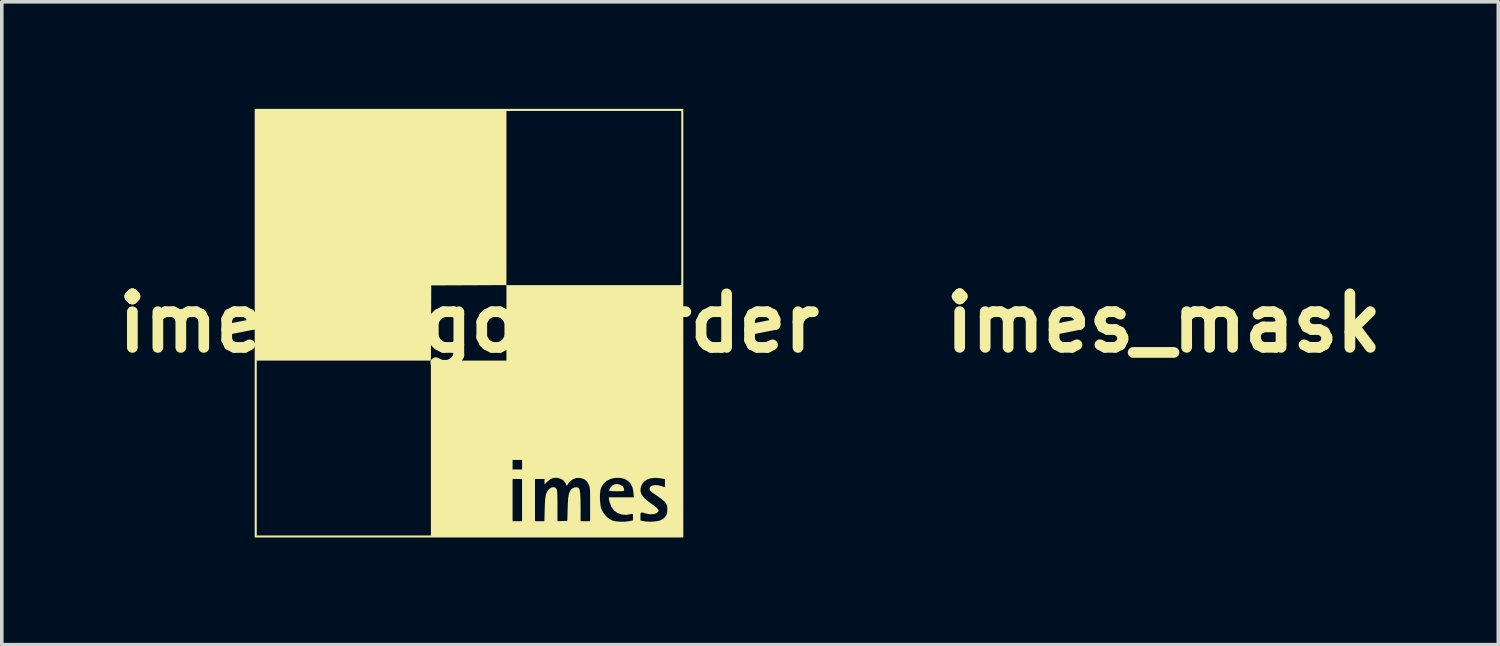
<source format=kicad_pcb>
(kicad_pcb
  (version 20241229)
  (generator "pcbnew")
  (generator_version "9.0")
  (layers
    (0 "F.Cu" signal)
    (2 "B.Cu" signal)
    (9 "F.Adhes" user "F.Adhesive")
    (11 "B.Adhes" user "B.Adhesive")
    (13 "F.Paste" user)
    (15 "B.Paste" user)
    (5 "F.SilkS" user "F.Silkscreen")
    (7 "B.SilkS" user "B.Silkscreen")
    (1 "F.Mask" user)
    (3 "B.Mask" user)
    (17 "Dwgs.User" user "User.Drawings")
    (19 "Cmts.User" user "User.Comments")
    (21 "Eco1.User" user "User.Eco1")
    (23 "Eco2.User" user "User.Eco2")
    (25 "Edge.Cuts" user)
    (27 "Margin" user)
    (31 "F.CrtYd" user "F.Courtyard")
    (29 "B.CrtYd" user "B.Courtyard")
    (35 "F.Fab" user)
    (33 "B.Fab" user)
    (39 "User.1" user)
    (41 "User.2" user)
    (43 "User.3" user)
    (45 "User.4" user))
  (footprint "imes_logo_border"
    (layer "F.Cu")
    (at 10.086 6.002)
    (property "Reference" "imes_logo_border" (at 0 0 0) (layer "F.SilkS") (effects (font (size 1.5 1.5) (thickness 0.3))))
    (attr board_only exclude_from_pos_files exclude_from_bom)
    (fp_poly (pts (xy 4.231 4.523) (xy 4.292 4.559) (xy 4.333 4.611) (xy 4.344 4.663) (xy 4.343 4.682) (xy 4.334 4.695) (xy 4.311 4.702) (xy 4.267 4.705) (xy 4.196 4.706) (xy 4.135 4.707) (xy 4.037 4.705) (xy 3.973 4.701) (xy 3.937 4.694) (xy 3.925 4.683) (xy 3.925 4.682) (xy 3.937 4.646) (xy 3.967 4.598) (xy 4.004 4.555) (xy 4.02 4.541) (xy 4.086 4.51) (xy 4.159 4.505)) (stroke (width 0) (type solid)) (fill yes) (layer "F.SilkS"))
    (fp_poly (pts (xy 6.002 -0.000001) (xy 6.002 6.002) (xy -0.000001 6.002) (xy -6.002 6.002) (xy -6.002 1.048) (xy -5.945 1.048) (xy -5.945 3.497) (xy -5.945 5.945) (xy -3.506 5.945) (xy -1.067 5.945) (xy -1.067 4.954) (xy 1.22 4.954) (xy 1.22 5.545) (xy 1.353 5.545) (xy 1.486 5.545) (xy 1.486 4.954) (xy 1.486 4.364) (xy 1.848 4.364) (xy 1.848 4.954) (xy 1.848 5.545) (xy 1.98 5.545) (xy 2.111 5.545) (xy 2.12 5.207) (xy 2.125 5.056) (xy 2.133 4.938) (xy 2.145 4.847) (xy 2.163 4.775) (xy 2.187 4.719) (xy 2.22 4.671) (xy 2.243 4.645) (xy 2.301 4.604) (xy 2.364 4.591) (xy 2.419 4.607) (xy 2.447 4.635) (xy 2.457 4.654) (xy 2.465 4.684) (xy 2.47 4.73) (xy 2.474 4.797) (xy 2.476 4.888) (xy 2.477 5.009) (xy 2.477 5.112) (xy 2.477 5.547) (xy 2.615 5.541) (xy 2.753 5.535) (xy 2.763 5.183) (xy 2.769 5.031) (xy 2.777 4.911) (xy 2.79 4.82) (xy 2.807 4.75) (xy 2.831 4.698) (xy 2.862 4.657) (xy 2.892 4.63) (xy 2.952 4.6) (xy 3.017 4.594) (xy 3.064 4.609) (xy 3.083 4.63) (xy 3.098 4.67) (xy 3.109 4.732) (xy 3.117 4.819) (xy 3.122 4.936) (xy 3.124 5.086) (xy 3.125 5.159) (xy 3.125 5.545) (xy 3.258 5.545) (xy 3.392 5.545) (xy 3.392 5.072) (xy 3.392 4.926) (xy 3.392 4.912) (xy 3.667 4.912) (xy 3.674 5.026) (xy 3.687 5.128) (xy 3.706 5.202) (xy 3.758 5.303) (xy 3.832 5.397) (xy 3.92 5.474) (xy 4.012 5.526) (xy 4.032 5.533) (xy 4.128 5.552) (xy 4.244 5.561) (xy 4.366 5.56) (xy 4.477 5.547) (xy 4.496 5.543) (xy 4.592 5.523) (xy 4.592 5.427) (xy 4.592 5.41) (xy 4.802 5.41) (xy 4.802 5.524) (xy 4.883 5.543) (xy 4.972 5.556) (xy 5.077 5.56) (xy 5.185 5.554) (xy 5.285 5.541) (xy 5.364 5.521) (xy 5.386 5.511) (xy 5.47 5.454) (xy 5.524 5.384) (xy 5.55 5.294) (xy 5.554 5.22) (xy 5.552 5.146) (xy 5.542 5.095) (xy 5.521 5.052) (xy 5.499 5.022) (xy 5.461 4.982) (xy 5.398 4.93) (xy 5.322 4.873) (xy 5.257 4.828) (xy 5.167 4.767) (xy 5.106 4.72) (xy 5.071 4.683) (xy 5.056 4.656) (xy 5.06 4.605) (xy 5.093 4.567) (xy 5.151 4.543) (xy 5.228 4.534) (xy 5.317 4.543) (xy 5.392 4.564) (xy 5.443 4.581) (xy 5.475 4.591) (xy 5.481 4.592) (xy 5.484 4.575) (xy 5.487 4.53) (xy 5.488 4.48) (xy 5.488 4.367) (xy 5.352 4.343) (xy 5.213 4.331) (xy 5.087 4.345) (xy 4.979 4.383) (xy 4.895 4.443) (xy 4.838 4.524) (xy 4.806 4.619) (xy 4.803 4.708) (xy 4.831 4.793) (xy 4.89 4.877) (xy 4.984 4.965) (xy 5.097 5.049) (xy 5.196 5.12) (xy 5.263 5.176) (xy 5.3 5.221) (xy 5.31 5.256) (xy 5.304 5.274) (xy 5.253 5.322) (xy 5.176 5.348) (xy 5.078 5.352) (xy 4.966 5.333) (xy 4.943 5.326) (xy 4.872 5.306) (xy 4.83 5.301) (xy 4.809 5.316) (xy 4.802 5.356) (xy 4.802 5.41) (xy 4.592 5.41) (xy 4.591 5.371) (xy 4.584 5.344) (xy 4.568 5.339) (xy 4.549 5.343) (xy 4.404 5.369) (xy 4.272 5.359) (xy 4.157 5.317) (xy 4.061 5.244) (xy 3.987 5.141) (xy 3.937 5.01) (xy 3.927 4.965) (xy 3.911 4.878) (xy 4.264 4.878) (xy 4.616 4.878) (xy 4.607 4.747) (xy 4.582 4.61) (xy 4.529 4.498) (xy 4.451 4.414) (xy 4.347 4.357) (xy 4.221 4.331) (xy 4.102 4.332) (xy 3.968 4.36) (xy 3.853 4.418) (xy 3.763 4.501) (xy 3.7 4.607) (xy 3.694 4.624) (xy 3.677 4.699) (xy 3.668 4.799) (xy 3.667 4.912) (xy 3.392 4.912) (xy 3.391 4.812) (xy 3.39 4.726) (xy 3.387 4.662) (xy 3.382 4.615) (xy 3.375 4.579) (xy 3.365 4.549) (xy 3.352 4.52) (xy 3.343 4.502) (xy 3.303 4.434) (xy 3.256 4.39) (xy 3.208 4.362) (xy 3.106 4.333) (xy 3.002 4.337) (xy 2.904 4.373) (xy 2.82 4.438) (xy 2.781 4.489) (xy 2.74 4.556) (xy 2.702 4.48) (xy 2.65 4.408) (xy 2.584 4.365) (xy 2.475 4.329) (xy 2.372 4.331) (xy 2.275 4.37) (xy 2.197 4.433) (xy 2.115 4.515) (xy 2.115 4.439) (xy 2.115 4.364) (xy 1.982 4.364) (xy 1.848 4.364) (xy 1.486 4.364) (xy 1.353 4.364) (xy 1.22 4.364) (xy 1.22 4.954) (xy -1.067 4.954) (xy -1.067 3.963) (xy 1.22 3.963) (xy 1.22 4.097) (xy 1.353 4.097) (xy 1.486 4.097) (xy 1.486 3.963) (xy 1.486 3.83) (xy 1.353 3.83) (xy 1.22 3.83) (xy 1.22 3.963) (xy -1.067 3.963) (xy -1.067 3.497) (xy -1.067 1.048) (xy -0.01 1.048) (xy 1.048 1.048) (xy 1.048 -0.01) (xy 1.048 -1.067) (xy 3.497 -1.067) (xy 5.945 -1.067) (xy 5.945 -3.506) (xy 5.945 -5.945) (xy 3.497 -5.945) (xy 1.048 -5.945) (xy 1.048 -3.506) (xy 1.048 -1.067) (xy -0.005 -1.062) (xy -1.058 -1.058) (xy -1.062 -0.005) (xy -1.067 1.048) (xy -3.506 1.048) (xy -5.945 1.048) (xy -6.002 1.048) (xy -6.002 -0.000001) (xy -6.002 -6.002) (xy -0.000001 -6.002) (xy 6.002 -6.002)) (stroke (width 0) (type solid)) (fill yes) (layer "F.SilkS")))
  (footprint "imes_mask"
    (layer "F.Cu")
    (at 29.543 6)
    (property "Reference" "imes_mask" (at 0 0 0) (layer "F.SilkS") (effects (font (size 1.5 1.5) (thickness 0.3))))
    (attr board_only exclude_from_pos_files exclude_from_bom)
    (fp_poly (pts (xy 4.118 4.419) (xy 4.185 4.444) (xy 4.195 4.451) (xy 4.229 4.488) (xy 4.256 4.534) (xy 4.272 4.578) (xy 4.27 4.607) (xy 4.269 4.608) (xy 4.247 4.612) (xy 4.196 4.616) (xy 4.123 4.618) (xy 4.047 4.619) (xy 3.949 4.618) (xy 3.884 4.614) (xy 3.847 4.607) (xy 3.835 4.596) (xy 3.835 4.596) (xy 3.849 4.552) (xy 3.881 4.5) (xy 3.923 4.455) (xy 3.958 4.432) (xy 4.037 4.415)) (stroke (width 0) (type solid)) (fill yes) (layer "F.Mask"))
    (fp_poly (pts (xy 6 0) (xy 6 6) (xy 0 6) (xy -6 6) (xy -6 3.394) (xy -5.776 3.394) (xy -5.776 3.687) (xy -5.776 3.97) (xy -5.775 4.241) (xy -5.775 4.497) (xy -5.774 4.736) (xy -5.773 4.955) (xy -5.772 5.153) (xy -5.771 5.328) (xy -5.77 5.476) (xy -5.768 5.596) (xy -5.767 5.685) (xy -5.765 5.742) (xy -5.764 5.764) (xy -5.764 5.764) (xy -5.744 5.765) (xy -5.689 5.767) (xy -5.601 5.768) (xy -5.483 5.769) (xy -5.336 5.77) (xy -5.163 5.771) (xy -4.966 5.771) (xy -4.748 5.772) (xy -4.51 5.772) (xy -4.255 5.772) (xy -3.985 5.772) (xy -3.703 5.772) (xy -3.41 5.772) (xy -3.398 5.772) (xy -1.045 5.767) (xy -1.043 4.852) (xy 1.204 4.852) (xy 1.204 5.422) (xy 1.325 5.422) (xy 1.446 5.422) (xy 1.446 4.852) (xy 1.446 4.283) (xy 1.82 4.283) (xy 1.82 4.852) (xy 1.82 5.422) (xy 1.941 5.422) (xy 2.062 5.422) (xy 2.062 5.164) (xy 2.066 4.981) (xy 2.079 4.833) (xy 2.099 4.718) (xy 2.129 4.635) (xy 2.131 4.631) (xy 2.183 4.555) (xy 2.245 4.507) (xy 2.311 4.49) (xy 2.374 4.505) (xy 2.39 4.515) (xy 2.401 4.525) (xy 2.41 4.541) (xy 2.417 4.567) (xy 2.422 4.608) (xy 2.426 4.668) (xy 2.428 4.753) (xy 2.43 4.866) (xy 2.432 4.981) (xy 2.437 5.422) (xy 2.567 5.422) (xy 2.697 5.422) (xy 2.697 5.105) (xy 2.697 4.983) (xy 2.699 4.892) (xy 2.704 4.823) (xy 2.711 4.77) (xy 2.722 4.725) (xy 2.735 4.686) (xy 2.778 4.6) (xy 2.833 4.536) (xy 2.892 4.498) (xy 2.952 4.489) (xy 3.007 4.511) (xy 3.025 4.528) (xy 3.037 4.543) (xy 3.046 4.564) (xy 3.052 4.596) (xy 3.057 4.643) (xy 3.061 4.71) (xy 3.064 4.802) (xy 3.066 4.925) (xy 3.067 4.994) (xy 3.073 5.422) (xy 3.194 5.422) (xy 3.315 5.422) (xy 3.309 4.941) (xy 3.307 4.801) (xy 3.601 4.801) (xy 3.606 4.917) (xy 3.621 5.022) (xy 3.642 5.097) (xy 3.701 5.216) (xy 3.772 5.305) (xy 3.864 5.372) (xy 3.957 5.415) (xy 4.008 5.427) (xy 4.085 5.435) (xy 4.176 5.438) (xy 4.269 5.437) (xy 4.352 5.432) (xy 4.415 5.421) (xy 4.418 5.421) (xy 4.461 5.406) (xy 4.482 5.387) (xy 4.488 5.35) (xy 4.488 5.316) (xy 4.487 5.264) (xy 4.479 5.242) (xy 4.461 5.242) (xy 4.456 5.244) (xy 4.393 5.259) (xy 4.31 5.267) (xy 4.226 5.267) (xy 4.156 5.257) (xy 4.144 5.254) (xy 4.048 5.204) (xy 4.027 5.185) (xy 4.712 5.185) (xy 4.712 5.293) (xy 4.713 5.354) (xy 4.72 5.389) (xy 4.737 5.406) (xy 4.769 5.418) (xy 4.773 5.419) (xy 4.833 5.43) (xy 4.916 5.436) (xy 5.009 5.438) (xy 5.1 5.435) (xy 5.176 5.428) (xy 5.218 5.418) (xy 5.32 5.368) (xy 5.391 5.296) (xy 5.43 5.203) (xy 5.44 5.115) (xy 5.43 5.031) (xy 5.399 4.956) (xy 5.341 4.884) (xy 5.255 4.811) (xy 5.151 4.741) (xy 5.049 4.672) (xy 4.979 4.613) (xy 4.942 4.565) (xy 4.936 4.542) (xy 4.953 4.496) (xy 4.998 4.462) (xy 5.065 4.441) (xy 5.146 4.435) (xy 5.233 4.447) (xy 5.282 4.461) (xy 5.331 4.478) (xy 5.365 4.487) (xy 5.37 4.488) (xy 5.378 4.471) (xy 5.383 4.429) (xy 5.384 4.395) (xy 5.382 4.337) (xy 5.372 4.306) (xy 5.349 4.287) (xy 5.333 4.28) (xy 5.29 4.27) (xy 5.223 4.262) (xy 5.144 4.258) (xy 5.123 4.257) (xy 5.041 4.257) (xy 4.984 4.263) (xy 4.938 4.275) (xy 4.893 4.297) (xy 4.876 4.307) (xy 4.791 4.376) (xy 4.736 4.46) (xy 4.714 4.555) (xy 4.726 4.653) (xy 4.748 4.708) (xy 4.771 4.749) (xy 4.798 4.785) (xy 4.836 4.822) (xy 4.889 4.865) (xy 4.964 4.92) (xy 5.026 4.964) (xy 5.095 5.014) (xy 5.152 5.062) (xy 5.191 5.101) (xy 5.202 5.117) (xy 5.208 5.164) (xy 5.184 5.203) (xy 5.133 5.231) (xy 5.064 5.248) (xy 4.98 5.251) (xy 4.888 5.24) (xy 4.82 5.221) (xy 4.712 5.185) (xy 4.027 5.185) (xy 3.963 5.126) (xy 3.895 5.027) (xy 3.852 4.918) (xy 3.841 4.864) (xy 3.83 4.768) (xy 4.18 4.768) (xy 4.53 4.768) (xy 4.517 4.68) (xy 4.489 4.542) (xy 4.447 4.435) (xy 4.387 4.356) (xy 4.308 4.301) (xy 4.231 4.271) (xy 4.095 4.248) (xy 3.966 4.257) (xy 3.849 4.295) (xy 3.748 4.362) (xy 3.67 4.454) (xy 3.642 4.505) (xy 3.619 4.583) (xy 3.605 4.686) (xy 3.601 4.801) (xy 3.307 4.801) (xy 3.307 4.782) (xy 3.304 4.656) (xy 3.299 4.558) (xy 3.291 4.483) (xy 3.28 4.427) (xy 3.264 4.386) (xy 3.243 4.354) (xy 3.215 4.327) (xy 3.179 4.3) (xy 3.178 4.299) (xy 3.098 4.263) (xy 3.003 4.253) (xy 2.907 4.27) (xy 2.832 4.306) (xy 2.778 4.349) (xy 2.733 4.397) (xy 2.722 4.413) (xy 2.697 4.451) (xy 2.679 4.469) (xy 2.678 4.47) (xy 2.665 4.454) (xy 2.647 4.415) (xy 2.644 4.405) (xy 2.599 4.33) (xy 2.529 4.28) (xy 2.433 4.257) (xy 2.386 4.255) (xy 2.289 4.264) (xy 2.215 4.295) (xy 2.152 4.355) (xy 2.125 4.391) (xy 2.094 4.43) (xy 2.074 4.434) (xy 2.064 4.403) (xy 2.062 4.355) (xy 2.062 4.283) (xy 1.941 4.283) (xy 1.82 4.283) (xy 1.446 4.283) (xy 1.325 4.283) (xy 1.204 4.283) (xy 1.204 4.852) (xy -1.043 4.852) (xy -1.041 3.882) (xy 1.204 3.882) (xy 1.204 4.003) (xy 1.325 4.003) (xy 1.446 4.003) (xy 1.446 3.882) (xy 1.446 3.761) (xy 1.325 3.761) (xy 1.204 3.761) (xy 1.204 3.882) (xy -1.041 3.882) (xy -1.04 3.401) (xy -1.036 1.036) (xy -3.406 1.036) (xy -5.776 1.036) (xy -5.776 3.394) (xy -6 3.394) (xy -6 0) (xy -6 -0.009) (xy -1.036 -0.009) (xy -1.036 1.017) (xy -0.009 1.017) (xy 1.017 1.017) (xy 1.017 -0.009) (xy 1.017 -1.036) (xy -0.009 -1.036) (xy -1.036 -1.036) (xy -1.036 -0.009) (xy -6 -0.009) (xy -6 -3.406) (xy 1.036 -3.406) (xy 1.036 -1.036) (xy 3.401 -1.04) (xy 5.767 -1.045) (xy 5.767 -3.406) (xy 5.767 -5.767) (xy 3.401 -5.772) (xy 1.036 -5.776) (xy 1.036 -3.406) (xy -6 -3.406) (xy -6 -6) (xy 0 -6) (xy 6 -6)) (stroke (width 0) (type solid)) (fill yes) (layer "F.Mask")))
  (gr_rect
    (start -3 -3)
    (end 38.914 15.005)
    (stroke (width 0.1) (type default))
    (fill no)
    (layer "Edge.Cuts")))
</source>
